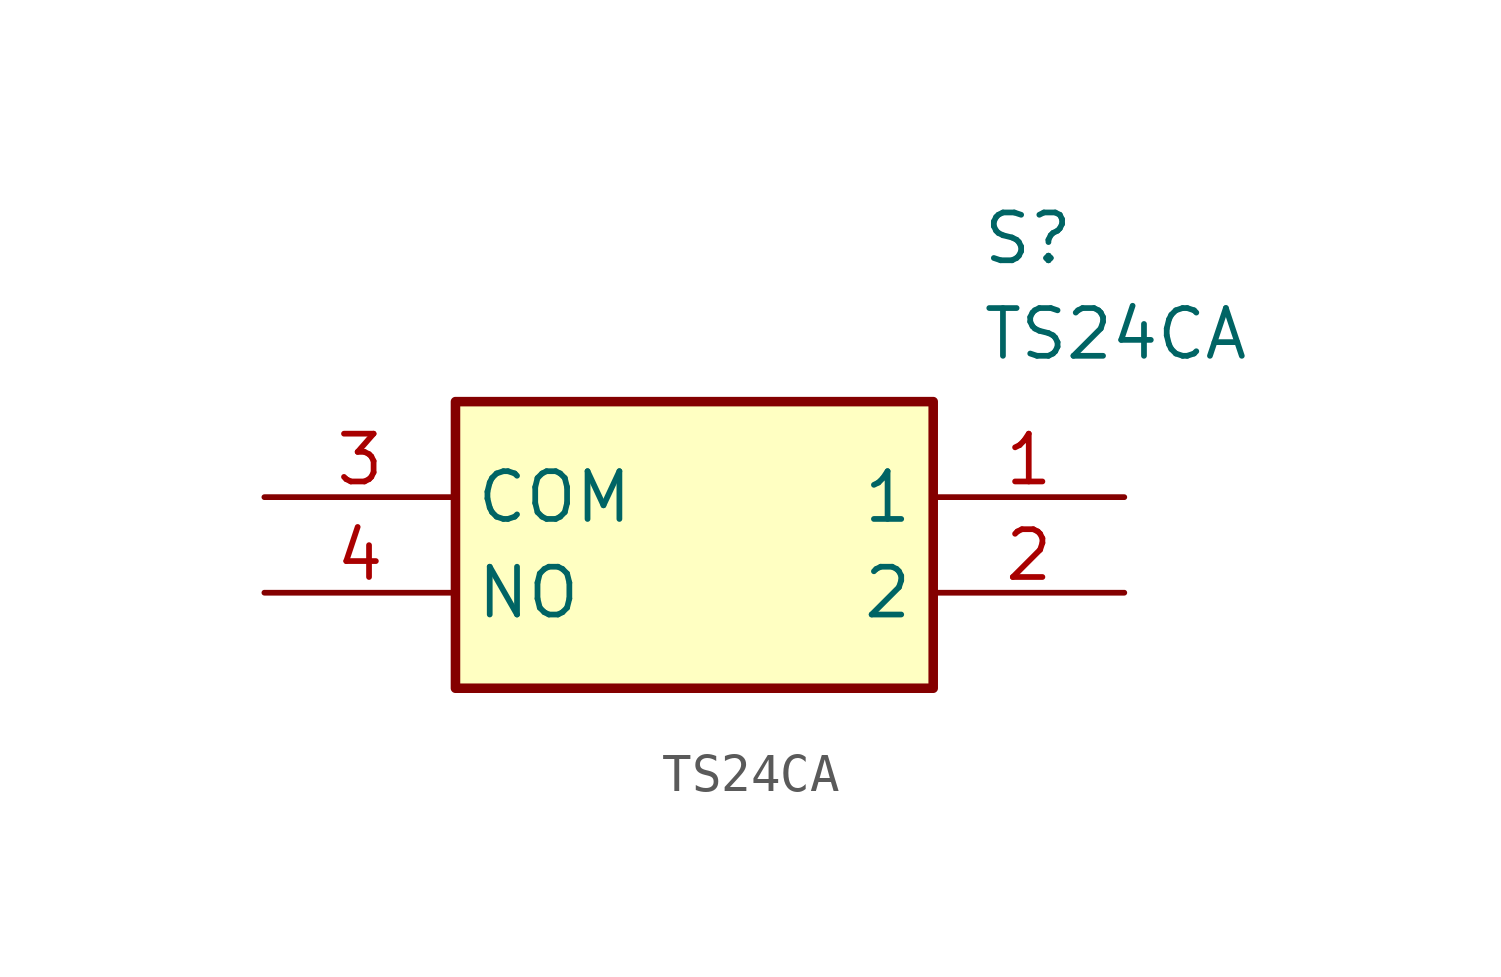
<source format=kicad_sym>
(kicad_symbol_lib
  (version 20220914)
  (generator kicad_symbol_editor)
  (symbol "TS24CA"
    (property "Reference" "S"
      (at 19.05 7.62 0)
      (effects (font (size 1.27 1.27)) (justify left top)))
    (property "Value" "TS24CA"
      (at 19.05 5.08 0)
      (effects (font (size 1.27 1.27)) (justify left top)))
    (symbol "TS24CA_1_1"
      (rectangle (start 5.08 2.54) (end 17.78 -5.08) (stroke (width 0.254) (type default)) (fill (type background)))
      (pin passive line (at 22.86 0 180) (length 5.08) (name "1" (effects (font (size 1.27 1.27)))) (number "1" (effects (font (size 1.27 1.27)))))
      (pin passive line (at 22.86 -2.54 180) (length 5.08) (name "2" (effects (font (size 1.27 1.27)))) (number "2" (effects (font (size 1.27 1.27)))))
      (pin passive line (at 0 0 0) (length 5.08) (name "COM" (effects (font (size 1.27 1.27)))) (number "3" (effects (font (size 1.27 1.27)))))
      (pin passive line (at 0 -2.54 0) (length 5.08) (name "NO" (effects (font (size 1.27 1.27)))) (number "4" (effects (font (size 1.27 1.27))))))))
</source>
